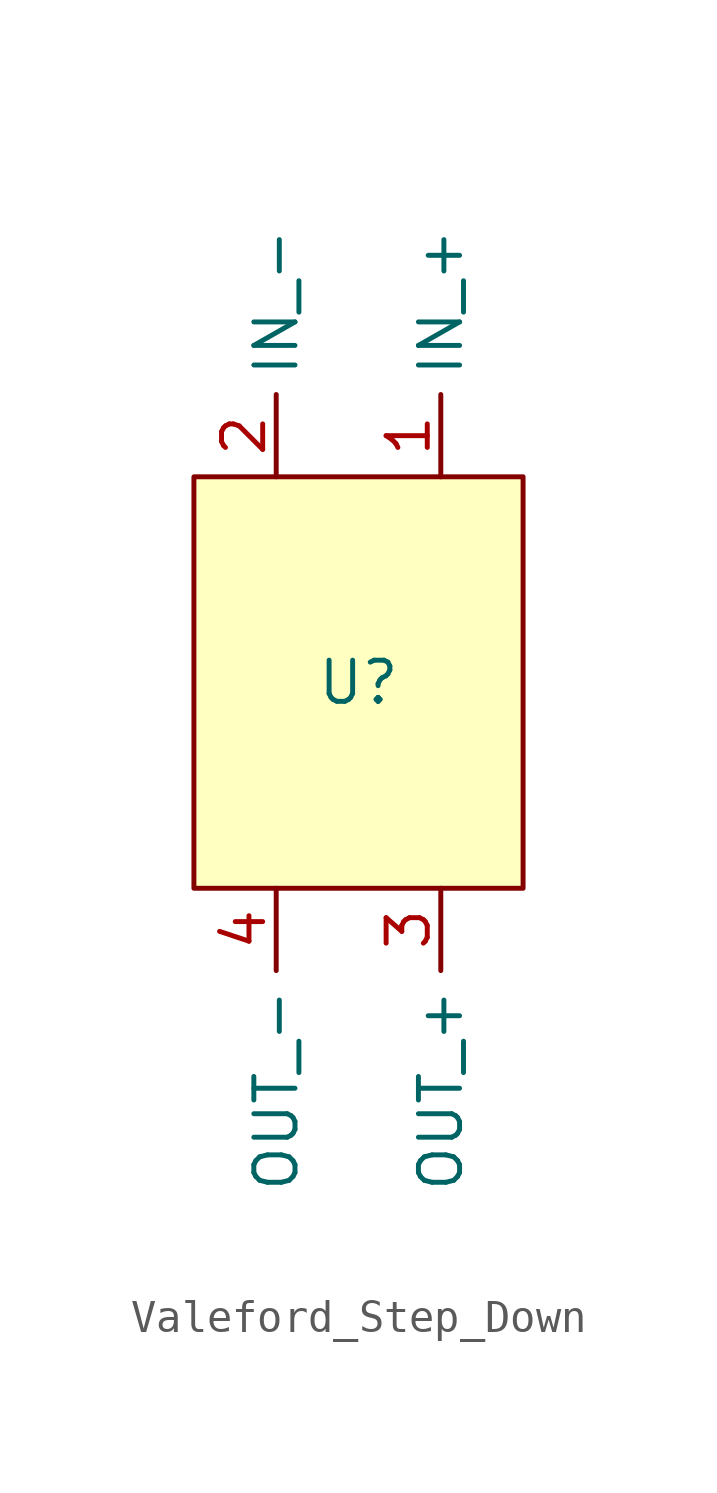
<source format=kicad_sym>
(kicad_symbol_lib
  (version 20231120)
  (generator "kicad_symbol_editor")
  (generator_version "8.0")
  (symbol "Valeford_Step_Down"
    (property "Reference" "U"
      (at 0 0 0)
      (effects (font (size 1.27 1.27))))
    (property "Value" ""
      (at 0 0 0)
      (effects (font (size 1.27 1.27))))
    (symbol "Valeford_Step_Down_1_1"
      (polyline (pts (xy -5.08 6.35) (xy 5.08 6.35) (xy 5.08 -6.35) (xy -5.08 -6.35) (xy -5.08 6.35)) (stroke (width 0) (type default)) (fill (type background)))
      (pin input line (at 2.54 6.35 90) (length 2.54) (name "IN_+" (effects (font (size 1.27 1.27)))) (number "1" (effects (font (size 1.27 1.27)))))
      (pin input line (at -2.54 6.35 90) (length 2.54) (name "IN_-" (effects (font (size 1.27 1.27)))) (number "2" (effects (font (size 1.27 1.27)))))
      (pin output line (at 2.54 -6.35 270) (length 2.54) (name "OUT_+" (effects (font (size 1.27 1.27)))) (number "3" (effects (font (size 1.27 1.27)))))
      (pin output line (at -2.54 -6.35 270) (length 2.54) (name "OUT_-" (effects (font (size 1.27 1.27)))) (number "4" (effects (font (size 1.27 1.27))))))))
</source>
